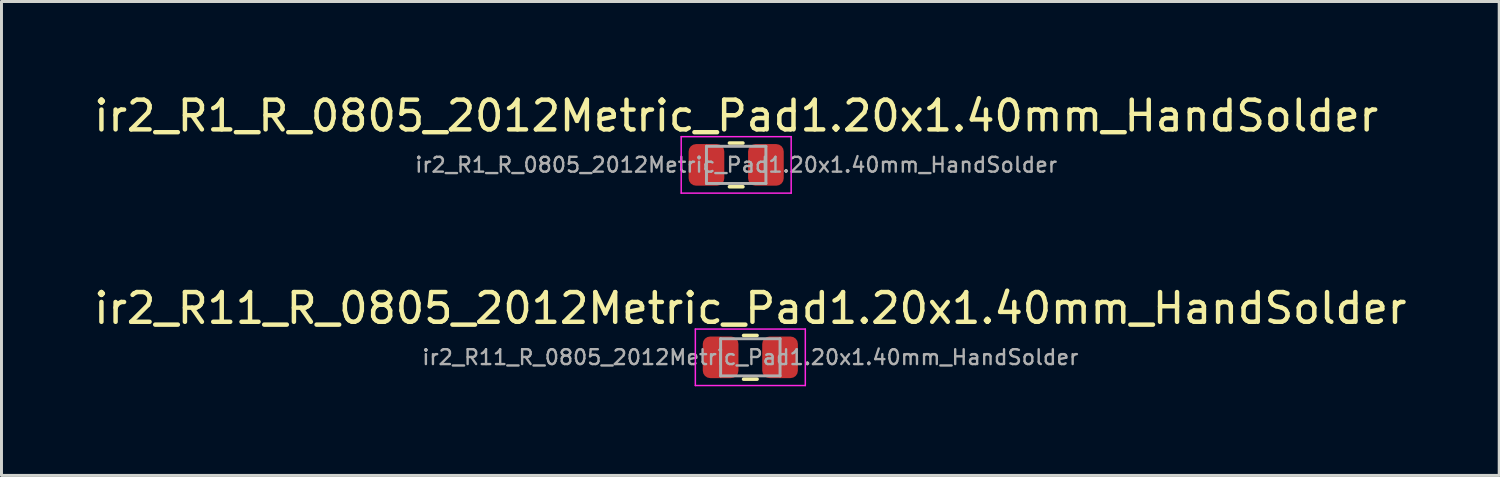
<source format=kicad_pcb>
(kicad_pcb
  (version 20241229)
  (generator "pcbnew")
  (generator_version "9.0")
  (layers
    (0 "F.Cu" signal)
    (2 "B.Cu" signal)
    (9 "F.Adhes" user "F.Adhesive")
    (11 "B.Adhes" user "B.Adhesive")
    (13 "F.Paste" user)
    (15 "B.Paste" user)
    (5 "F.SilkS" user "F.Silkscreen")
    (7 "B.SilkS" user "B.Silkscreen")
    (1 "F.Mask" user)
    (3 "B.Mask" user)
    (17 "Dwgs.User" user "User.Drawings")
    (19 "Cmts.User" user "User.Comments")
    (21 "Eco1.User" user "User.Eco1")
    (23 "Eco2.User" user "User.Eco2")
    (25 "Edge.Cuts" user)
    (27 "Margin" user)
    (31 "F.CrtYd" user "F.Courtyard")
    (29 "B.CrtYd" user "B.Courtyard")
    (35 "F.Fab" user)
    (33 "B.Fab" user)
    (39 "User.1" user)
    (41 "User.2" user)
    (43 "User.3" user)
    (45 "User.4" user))
  (footprint "ir2_R1_R_0805_2012Metric_Pad1.20x1.40mm_HandSolder"
    (layer "F.Cu")
    (at 21.72 2.498)
    (property "Reference" "ir2_R1_R_0805_2012Metric_Pad1.20x1.40mm_HandSolder" (at 0 -1.65 0) (layer "F.SilkS") (effects (font (size 1 1) (thickness 0.15))))
    (attr smd)
    (fp_line (start -0.227 -0.735) (end 0.227 -0.735) (stroke (width 0.12) (type solid)) (layer "F.SilkS"))
    (fp_line (start -0.227 0.735) (end 0.227 0.735) (stroke (width 0.12) (type solid)) (layer "F.SilkS"))
    (fp_line (start -1.85 -0.95) (end 1.85 -0.95) (stroke (width 0.05) (type solid)) (layer "F.CrtYd"))
    (fp_line (start -1.85 0.95) (end -1.85 -0.95) (stroke (width 0.05) (type solid)) (layer "F.CrtYd"))
    (fp_line (start 1.85 -0.95) (end 1.85 0.95) (stroke (width 0.05) (type solid)) (layer "F.CrtYd"))
    (fp_line (start 1.85 0.95) (end -1.85 0.95) (stroke (width 0.05) (type solid)) (layer "F.CrtYd"))
    (fp_line (start -1 -0.625) (end 1 -0.625) (stroke (width 0.1) (type solid)) (layer "F.Fab"))
    (fp_line (start -1 0.625) (end -1 -0.625) (stroke (width 0.1) (type solid)) (layer "F.Fab"))
    (fp_line (start 1 -0.625) (end 1 0.625) (stroke (width 0.1) (type solid)) (layer "F.Fab"))
    (fp_line (start 1 0.625) (end -1 0.625) (stroke (width 0.1) (type solid)) (layer "F.Fab"))
    (fp_text user "${REFERENCE}" (at 0 0 0) (layer "F.Fab") (effects (font (size 0.5 0.5) (thickness 0.08))))
    (pad "1" smd roundrect (at -1 0) (size 1.2 1.4) (layers "F.Cu" "F.Mask" "F.Paste") (roundrect_rratio 0.208))
    (pad "2" smd roundrect (at 1 0) (size 1.2 1.4) (layers "F.Cu" "F.Mask" "F.Paste") (roundrect_rratio 0.208)))
  (footprint "ir2_R11_R_0805_2012Metric_Pad1.20x1.40mm_HandSolder"
    (layer "F.Cu")
    (at 22.196 8.972)
    (property "Reference" "ir2_R11_R_0805_2012Metric_Pad1.20x1.40mm_HandSolder" (at 0 -1.65 0) (layer "F.SilkS") (effects (font (size 1 1) (thickness 0.15))))
    (attr smd)
    (fp_line (start -0.227 -0.735) (end 0.227 -0.735) (stroke (width 0.12) (type solid)) (layer "F.SilkS"))
    (fp_line (start -0.227 0.735) (end 0.227 0.735) (stroke (width 0.12) (type solid)) (layer "F.SilkS"))
    (fp_line (start -1.85 -0.95) (end 1.85 -0.95) (stroke (width 0.05) (type solid)) (layer "F.CrtYd"))
    (fp_line (start -1.85 0.95) (end -1.85 -0.95) (stroke (width 0.05) (type solid)) (layer "F.CrtYd"))
    (fp_line (start 1.85 -0.95) (end 1.85 0.95) (stroke (width 0.05) (type solid)) (layer "F.CrtYd"))
    (fp_line (start 1.85 0.95) (end -1.85 0.95) (stroke (width 0.05) (type solid)) (layer "F.CrtYd"))
    (fp_line (start -1 -0.625) (end 1 -0.625) (stroke (width 0.1) (type solid)) (layer "F.Fab"))
    (fp_line (start -1 0.625) (end -1 -0.625) (stroke (width 0.1) (type solid)) (layer "F.Fab"))
    (fp_line (start 1 -0.625) (end 1 0.625) (stroke (width 0.1) (type solid)) (layer "F.Fab"))
    (fp_line (start 1 0.625) (end -1 0.625) (stroke (width 0.1) (type solid)) (layer "F.Fab"))
    (fp_text user "${REFERENCE}" (at 0 0 0) (layer "F.Fab") (effects (font (size 0.5 0.5) (thickness 0.08))))
    (pad "1" smd roundrect (at -1 0) (size 1.2 1.4) (layers "F.Cu" "F.Mask" "F.Paste") (roundrect_rratio 0.208))
    (pad "2" smd roundrect (at 1 0) (size 1.2 1.4) (layers "F.Cu" "F.Mask" "F.Paste") (roundrect_rratio 0.208)))
  (gr_rect
    (start -3 -3)
    (end 47.393 12.947)
    (stroke (width 0.1) (type default))
    (fill no)
    (layer "Edge.Cuts")))
</source>
